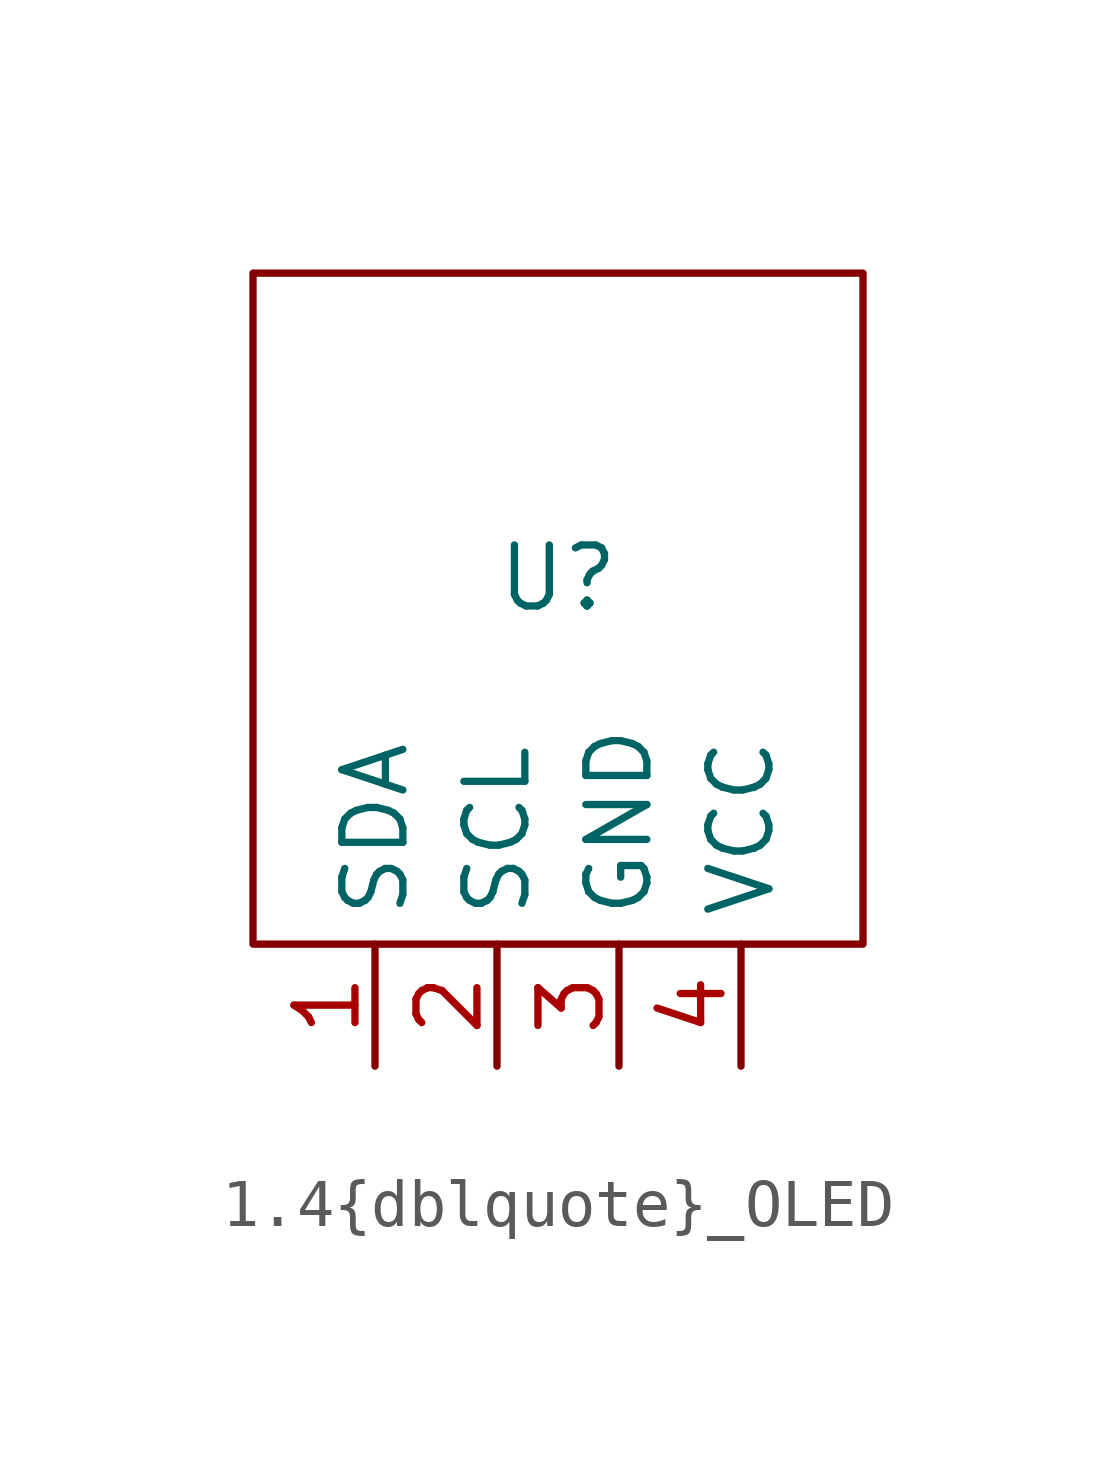
<source format=kicad_sym>
(kicad_symbol_lib
  (version 20231120)
  (generator "kicad_symbol_editor")
  (generator_version "8.0")
  (symbol "1.4{dblquote}_OLED"
    (property "Reference" "U"
      (at 0 0 0)
      (effects (font (size 1.27 1.27))))
    (property "Value" ""
      (at 0 0 0)
      (effects (font (size 1.27 1.27))))
    (symbol "1.4{dblquote}_OLED_0_1"
      (rectangle (start -6.35 6.35) (end 6.35 -7.62) (stroke (width 0) (type default)) (fill (type none))))
    (symbol "1.4{dblquote}_OLED_1_1"
      (pin bidirectional line (at -3.81 -10.16 90) (length 2.54) (name "SDA" (effects (font (size 1.27 1.27)))) (number "1" (effects (font (size 1.27 1.27)))))
      (pin bidirectional line (at -1.27 -10.16 90) (length 2.54) (name "SCL" (effects (font (size 1.27 1.27)))) (number "2" (effects (font (size 1.27 1.27)))))
      (pin power_out line (at 1.27 -10.16 90) (length 2.54) (name "GND" (effects (font (size 1.27 1.27)))) (number "3" (effects (font (size 1.27 1.27)))))
      (pin power_in line (at 3.81 -10.16 90) (length 2.54) (name "VCC" (effects (font (size 1.27 1.27)))) (number "4" (effects (font (size 1.27 1.27))))))))
</source>
